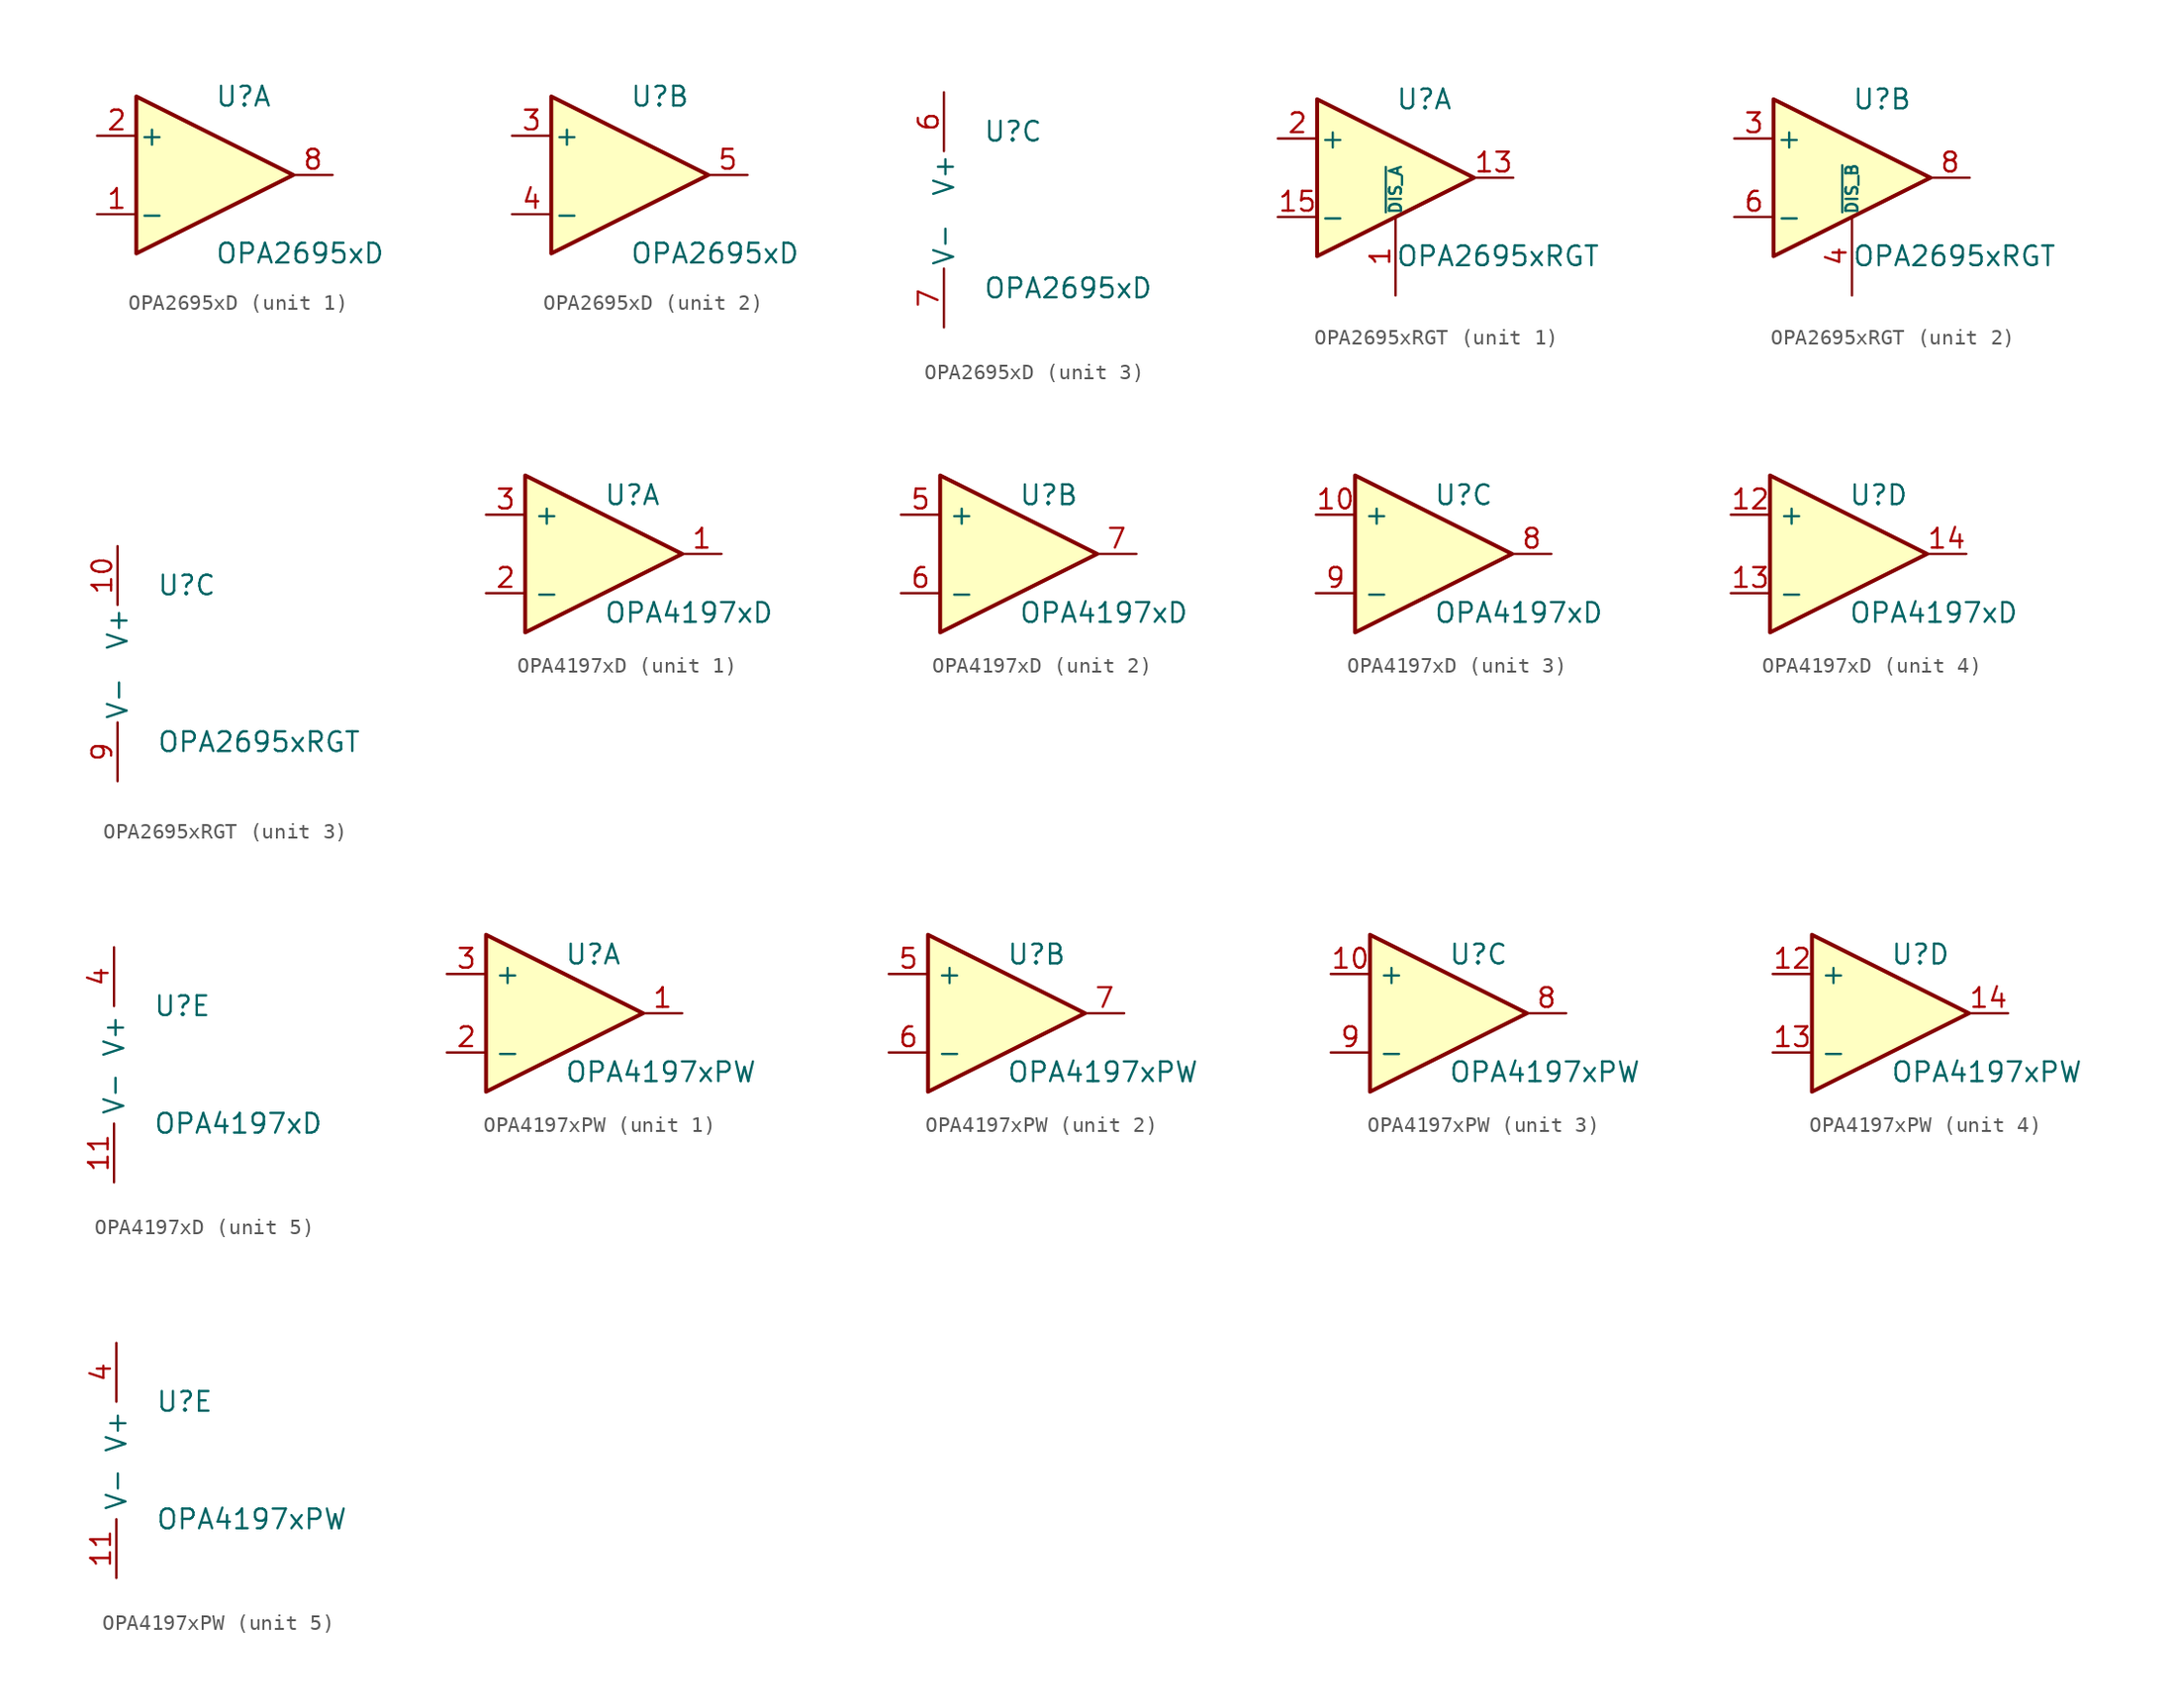
<source format=kicad_sym>
(kicad_symbol_lib
  (version 20201005)
  (generator kicad_symbol_editor)
  (symbol "Amplifier_Operational:OPA2695xD"
    (pin_names
      (offset 0.127))
    (property "Reference" "U"
      (at 0 5.08 0)
      (effects (font (size 1.27 1.27)) (justify left)))
    (property "Value" "OPA2695xD"
      (at 0 -5.08 0)
      (effects (font (size 1.27 1.27)) (justify left)))
    (property "ki_locked" ""
      (at 0 0 0)
      (effects (font (size 1.27 1.27))))
    (symbol "OPA2695xD_1_1"
      (polyline (pts (xy -5.08 5.08) (xy 5.08 0) (xy -5.08 -5.08) (xy -5.08 5.08)) (stroke (width 0.254)) (fill (type background)))
      (pin input line (at -7.62 -2.54 0) (length 2.54) (name "-" (effects (font (size 1.27 1.27)))) (number "1" (effects (font (size 1.27 1.27)))))
      (pin input line (at -7.62 2.54 0) (length 2.54) (name "+" (effects (font (size 1.27 1.27)))) (number "2" (effects (font (size 1.27 1.27)))))
      (pin output line (at 7.62 0 180) (length 2.54) (name "~" (effects (font (size 1.27 1.27)))) (number "8" (effects (font (size 1.27 1.27))))))
    (symbol "OPA2695xD_2_1"
      (polyline (pts (xy -5.08 5.08) (xy 5.08 0) (xy -5.08 -5.08) (xy -5.08 5.08)) (stroke (width 0.254)) (fill (type background)))
      (pin input line (at -7.62 2.54 0) (length 2.54) (name "+" (effects (font (size 1.27 1.27)))) (number "3" (effects (font (size 1.27 1.27)))))
      (pin input line (at -7.62 -2.54 0) (length 2.54) (name "-" (effects (font (size 1.27 1.27)))) (number "4" (effects (font (size 1.27 1.27)))))
      (pin output line (at 7.62 0 180) (length 2.54) (name "~" (effects (font (size 1.27 1.27)))) (number "5" (effects (font (size 1.27 1.27))))))
    (symbol "OPA2695xD_3_1"
      (pin power_in line (at -2.54 7.62 270) (length 3.81) (name "V+" (effects (font (size 1.27 1.27)))) (number "6" (effects (font (size 1.27 1.27)))))
      (pin power_in line (at -2.54 -7.62 90) (length 3.81) (name "V-" (effects (font (size 1.27 1.27)))) (number "7" (effects (font (size 1.27 1.27)))))))
  (symbol "Amplifier_Operational:OPA2695xRGT"
    (pin_names
      (offset 0.127))
    (property "Reference" "U"
      (at 0 5.08 0)
      (effects (font (size 1.27 1.27)) (justify left)))
    (property "Value" "OPA2695xRGT"
      (at 0 -5.08 0)
      (effects (font (size 1.27 1.27)) (justify left)))
    (property "ki_locked" ""
      (at 0 0 0)
      (effects (font (size 1.27 1.27))))
    (symbol "OPA2695xRGT_1_1"
      (polyline (pts (xy -5.08 5.08) (xy 5.08 0) (xy -5.08 -5.08) (xy -5.08 5.08)) (stroke (width 0.254)) (fill (type background)))
      (pin input line (at 0 -7.62 90) (length 5.08) (name "~DIS_A" (effects (font (size 0.762 0.762)))) (number "1" (effects (font (size 1.27 1.27)))))
      (pin output line (at 7.62 0 180) (length 2.54) (name "~" (effects (font (size 1.27 1.27)))) (number "13" (effects (font (size 1.27 1.27)))))
      (pin no_connect line (at 0 -2.54 90) (length 2.54) hide (name "NC" (effects (font (size 1.27 1.27)))) (number "14" (effects (font (size 1.27 1.27)))))
      (pin input line (at -7.62 -2.54 0) (length 2.54) (name "-" (effects (font (size 1.27 1.27)))) (number "15" (effects (font (size 1.27 1.27)))))
      (pin input line (at -7.62 2.54 0) (length 2.54) (name "+" (effects (font (size 1.27 1.27)))) (number "2" (effects (font (size 1.27 1.27)))))
      (pin no_connect line (at 0 2.54 270) (length 2.54) hide (name "NC" (effects (font (size 1.27 1.27)))) (number "5" (effects (font (size 1.27 1.27))))))
    (symbol "OPA2695xRGT_2_1"
      (polyline (pts (xy -5.08 5.08) (xy 5.08 0) (xy -5.08 -5.08) (xy -5.08 5.08)) (stroke (width 0.254)) (fill (type background)))
      (pin no_connect line (at 0 -2.54 90) (length 2.54) hide (name "NC" (effects (font (size 1.27 1.27)))) (number "16" (effects (font (size 1.27 1.27)))))
      (pin input line (at -7.62 2.54 0) (length 2.54) (name "+" (effects (font (size 1.27 1.27)))) (number "3" (effects (font (size 1.27 1.27)))))
      (pin input line (at 0 -7.62 90) (length 5.08) (name "~DIS_B" (effects (font (size 0.762 0.762)))) (number "4" (effects (font (size 1.27 1.27)))))
      (pin input line (at -7.62 -2.54 0) (length 2.54) (name "-" (effects (font (size 1.27 1.27)))) (number "6" (effects (font (size 1.27 1.27)))))
      (pin no_connect line (at 0 2.54 270) (length 2.54) hide (name "NC" (effects (font (size 1.27 1.27)))) (number "7" (effects (font (size 1.27 1.27)))))
      (pin output line (at 7.62 0 180) (length 2.54) (name "~" (effects (font (size 1.27 1.27)))) (number "8" (effects (font (size 1.27 1.27))))))
    (symbol "OPA2695xRGT_3_1"
      (pin power_in line (at -2.54 7.62 270) (length 3.81) (name "V+" (effects (font (size 1.27 1.27)))) (number "10" (effects (font (size 1.27 1.27)))))
      (pin passive line (at -2.54 7.62 90) (length 3.81) hide (name "V+" (effects (font (size 1.27 1.27)))) (number "11" (effects (font (size 1.27 1.27)))))
      (pin passive line (at -2.54 -7.62 90) (length 3.81) hide (name "V-" (effects (font (size 1.27 1.27)))) (number "12" (effects (font (size 1.27 1.27)))))
      (pin power_in line (at -2.54 -7.62 90) (length 3.81) (name "V-" (effects (font (size 1.27 1.27)))) (number "9" (effects (font (size 1.27 1.27)))))))
  (symbol "Amplifier_Operational:OPA4197xD"
    (property "Reference" "U"
      (at 0 3.81 0)
      (effects (font (size 1.27 1.27)) (justify left)))
    (property "Value" "OPA4197xD"
      (at 0 -3.81 0)
      (effects (font (size 1.27 1.27)) (justify left)))
    (property "ki_locked" ""
      (at 0 0 0)
      (effects (font (size 1.27 1.27))))
    (symbol "OPA4197xD_1_1"
      (polyline (pts (xy -5.08 5.08) (xy 5.08 0) (xy -5.08 -5.08) (xy -5.08 5.08)) (stroke (width 0.254)) (fill (type background)))
      (pin output line (at 7.62 0 180) (length 2.54) (name "~" (effects (font (size 1.27 1.27)))) (number "1" (effects (font (size 1.27 1.27)))))
      (pin input line (at -7.62 -2.54 0) (length 2.54) (name "-" (effects (font (size 1.27 1.27)))) (number "2" (effects (font (size 1.27 1.27)))))
      (pin input line (at -7.62 2.54 0) (length 2.54) (name "+" (effects (font (size 1.27 1.27)))) (number "3" (effects (font (size 1.27 1.27))))))
    (symbol "OPA4197xD_2_1"
      (polyline (pts (xy -5.08 5.08) (xy 5.08 0) (xy -5.08 -5.08) (xy -5.08 5.08)) (stroke (width 0.254)) (fill (type background)))
      (pin input line (at -7.62 2.54 0) (length 2.54) (name "+" (effects (font (size 1.27 1.27)))) (number "5" (effects (font (size 1.27 1.27)))))
      (pin input line (at -7.62 -2.54 0) (length 2.54) (name "-" (effects (font (size 1.27 1.27)))) (number "6" (effects (font (size 1.27 1.27)))))
      (pin output line (at 7.62 0 180) (length 2.54) (name "~" (effects (font (size 1.27 1.27)))) (number "7" (effects (font (size 1.27 1.27))))))
    (symbol "OPA4197xD_3_1"
      (polyline (pts (xy -5.08 5.08) (xy 5.08 0) (xy -5.08 -5.08) (xy -5.08 5.08)) (stroke (width 0.254)) (fill (type background)))
      (pin input line (at -7.62 2.54 0) (length 2.54) (name "+" (effects (font (size 1.27 1.27)))) (number "10" (effects (font (size 1.27 1.27)))))
      (pin output line (at 7.62 0 180) (length 2.54) (name "~" (effects (font (size 1.27 1.27)))) (number "8" (effects (font (size 1.27 1.27)))))
      (pin input line (at -7.62 -2.54 0) (length 2.54) (name "-" (effects (font (size 1.27 1.27)))) (number "9" (effects (font (size 1.27 1.27))))))
    (symbol "OPA4197xD_4_1"
      (polyline (pts (xy -5.08 5.08) (xy 5.08 0) (xy -5.08 -5.08) (xy -5.08 5.08)) (stroke (width 0.254)) (fill (type background)))
      (pin input line (at -7.62 2.54 0) (length 2.54) (name "+" (effects (font (size 1.27 1.27)))) (number "12" (effects (font (size 1.27 1.27)))))
      (pin input line (at -7.62 -2.54 0) (length 2.54) (name "-" (effects (font (size 1.27 1.27)))) (number "13" (effects (font (size 1.27 1.27)))))
      (pin output line (at 7.62 0 180) (length 2.54) (name "~" (effects (font (size 1.27 1.27)))) (number "14" (effects (font (size 1.27 1.27))))))
    (symbol "OPA4197xD_5_1"
      (pin power_in line (at -2.54 -7.62 90) (length 3.81) (name "V-" (effects (font (size 1.27 1.27)))) (number "11" (effects (font (size 1.27 1.27)))))
      (pin power_in line (at -2.54 7.62 270) (length 3.81) (name "V+" (effects (font (size 1.27 1.27)))) (number "4" (effects (font (size 1.27 1.27)))))))
  (symbol "Amplifier_Operational:OPA4197xPW"
    (property "Reference" "U"
      (at 0 3.81 0)
      (effects (font (size 1.27 1.27)) (justify left)))
    (property "Value" "OPA4197xPW"
      (at 0 -3.81 0)
      (effects (font (size 1.27 1.27)) (justify left)))
    (property "ki_locked" ""
      (at 0 0 0)
      (effects (font (size 1.27 1.27))))
    (symbol "OPA4197xPW_1_1"
      (polyline (pts (xy -5.08 5.08) (xy 5.08 0) (xy -5.08 -5.08) (xy -5.08 5.08)) (stroke (width 0.254)) (fill (type background)))
      (pin output line (at 7.62 0 180) (length 2.54) (name "~" (effects (font (size 1.27 1.27)))) (number "1" (effects (font (size 1.27 1.27)))))
      (pin input line (at -7.62 -2.54 0) (length 2.54) (name "-" (effects (font (size 1.27 1.27)))) (number "2" (effects (font (size 1.27 1.27)))))
      (pin input line (at -7.62 2.54 0) (length 2.54) (name "+" (effects (font (size 1.27 1.27)))) (number "3" (effects (font (size 1.27 1.27))))))
    (symbol "OPA4197xPW_2_1"
      (polyline (pts (xy -5.08 5.08) (xy 5.08 0) (xy -5.08 -5.08) (xy -5.08 5.08)) (stroke (width 0.254)) (fill (type background)))
      (pin input line (at -7.62 2.54 0) (length 2.54) (name "+" (effects (font (size 1.27 1.27)))) (number "5" (effects (font (size 1.27 1.27)))))
      (pin input line (at -7.62 -2.54 0) (length 2.54) (name "-" (effects (font (size 1.27 1.27)))) (number "6" (effects (font (size 1.27 1.27)))))
      (pin output line (at 7.62 0 180) (length 2.54) (name "~" (effects (font (size 1.27 1.27)))) (number "7" (effects (font (size 1.27 1.27))))))
    (symbol "OPA4197xPW_3_1"
      (polyline (pts (xy -5.08 5.08) (xy 5.08 0) (xy -5.08 -5.08) (xy -5.08 5.08)) (stroke (width 0.254)) (fill (type background)))
      (pin input line (at -7.62 2.54 0) (length 2.54) (name "+" (effects (font (size 1.27 1.27)))) (number "10" (effects (font (size 1.27 1.27)))))
      (pin output line (at 7.62 0 180) (length 2.54) (name "~" (effects (font (size 1.27 1.27)))) (number "8" (effects (font (size 1.27 1.27)))))
      (pin input line (at -7.62 -2.54 0) (length 2.54) (name "-" (effects (font (size 1.27 1.27)))) (number "9" (effects (font (size 1.27 1.27))))))
    (symbol "OPA4197xPW_4_1"
      (polyline (pts (xy -5.08 5.08) (xy 5.08 0) (xy -5.08 -5.08) (xy -5.08 5.08)) (stroke (width 0.254)) (fill (type background)))
      (pin input line (at -7.62 2.54 0) (length 2.54) (name "+" (effects (font (size 1.27 1.27)))) (number "12" (effects (font (size 1.27 1.27)))))
      (pin input line (at -7.62 -2.54 0) (length 2.54) (name "-" (effects (font (size 1.27 1.27)))) (number "13" (effects (font (size 1.27 1.27)))))
      (pin output line (at 7.62 0 180) (length 2.54) (name "~" (effects (font (size 1.27 1.27)))) (number "14" (effects (font (size 1.27 1.27))))))
    (symbol "OPA4197xPW_5_1"
      (pin power_in line (at -2.54 -7.62 90) (length 3.81) (name "V-" (effects (font (size 1.27 1.27)))) (number "11" (effects (font (size 1.27 1.27)))))
      (pin power_in line (at -2.54 7.62 270) (length 3.81) (name "V+" (effects (font (size 1.27 1.27)))) (number "4" (effects (font (size 1.27 1.27))))))))
</source>
